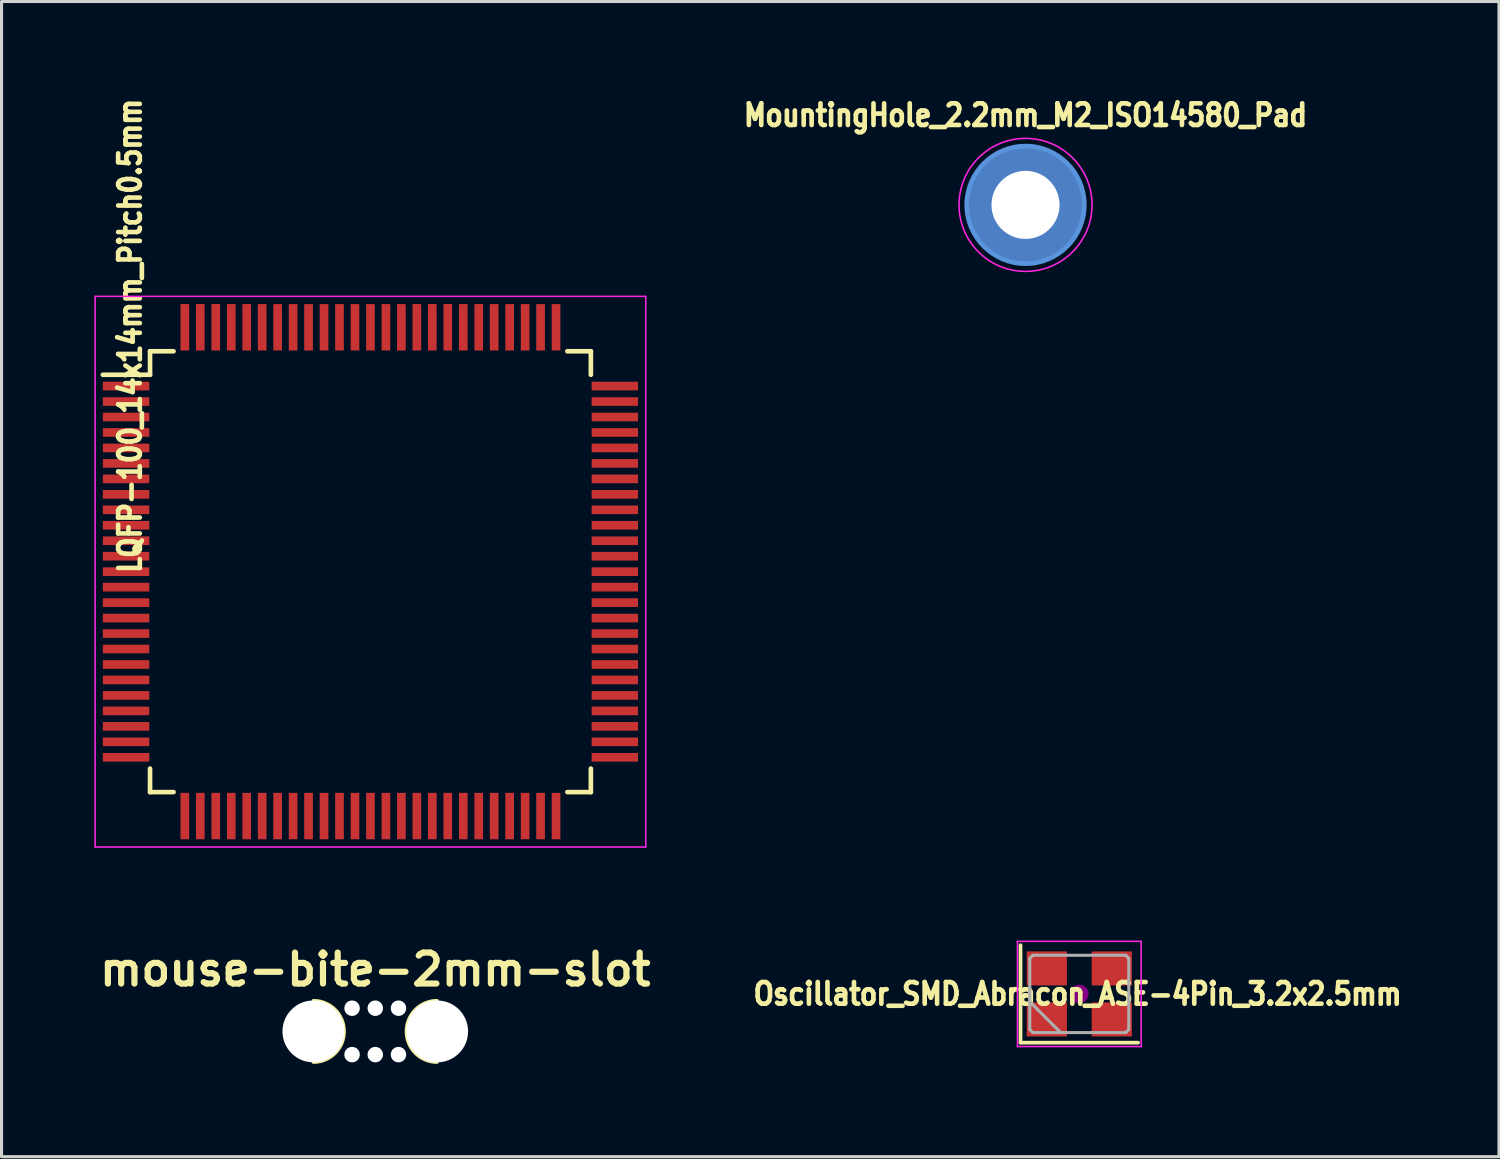
<source format=kicad_pcb>
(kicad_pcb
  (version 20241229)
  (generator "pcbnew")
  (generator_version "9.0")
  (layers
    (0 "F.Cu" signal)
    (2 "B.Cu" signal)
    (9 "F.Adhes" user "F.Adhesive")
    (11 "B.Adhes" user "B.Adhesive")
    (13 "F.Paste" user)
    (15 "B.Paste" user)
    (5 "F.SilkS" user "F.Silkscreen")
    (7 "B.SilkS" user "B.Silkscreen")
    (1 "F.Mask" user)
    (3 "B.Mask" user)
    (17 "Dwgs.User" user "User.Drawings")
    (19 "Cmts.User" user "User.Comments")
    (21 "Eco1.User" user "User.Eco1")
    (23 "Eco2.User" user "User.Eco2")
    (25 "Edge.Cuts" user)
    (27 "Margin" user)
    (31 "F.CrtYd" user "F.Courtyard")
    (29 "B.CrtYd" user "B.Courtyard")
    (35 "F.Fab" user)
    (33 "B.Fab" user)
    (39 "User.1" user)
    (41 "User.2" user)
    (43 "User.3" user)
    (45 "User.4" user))
  (footprint "mouse-bite-2mm-slot"
    (layer "F.Cu")
    (at 9.081 30.291)
    (property "Reference" "mouse-bite-2mm-slot" (at 0 -2 0) (layer "F.SilkS") (effects (font (size 1 1) (thickness 0.2))))
    (attr through_hole)
    (fp_arc (start -2 -1) (mid -1 0) (end -2 1) (stroke (width 0.1) (type solid)) (layer "F.SilkS"))
    (fp_arc (start 2 1) (mid 1 0) (end 2 -1) (stroke (width 0.1) (type solid)) (layer "F.SilkS"))
    (fp_circle (center -2 0) (end -2 -0.06) (stroke (width 0.05) (type solid)) (fill no) (layer "Dwgs.User"))
    (fp_circle (center 2 0) (end 2.06 0) (stroke (width 0.05) (type solid)) (fill no) (layer "Dwgs.User"))
    (pad "" np_thru_hole circle (at -2 0) (size 2 2) (drill 2) (layers "*.Cu" "*.Mask"))
    (pad "" np_thru_hole circle (at -0.75 -0.75) (size 0.5 0.5) (drill 0.5) (layers "*.Cu" "*.Mask"))
    (pad "" np_thru_hole circle (at -0.75 0.75) (size 0.5 0.5) (drill 0.5) (layers "*.Cu" "*.Mask"))
    (pad "" np_thru_hole circle (at 0 -0.75) (size 0.5 0.5) (drill 0.5) (layers "*.Cu" "*.Mask"))
    (pad "" np_thru_hole circle (at 0 0.75) (size 0.5 0.5) (drill 0.5) (layers "*.Cu" "*.Mask"))
    (pad "" np_thru_hole circle (at 0.75 -0.75) (size 0.5 0.5) (drill 0.5) (layers "*.Cu" "*.Mask"))
    (pad "" np_thru_hole circle (at 0.75 0.75) (size 0.5 0.5) (drill 0.5) (layers "*.Cu" "*.Mask"))
    (pad "" np_thru_hole circle (at 2 0) (size 2 2) (drill 2) (layers "*.Cu" "*.Mask")))
  (footprint "MountingHole_2.2mm_M2_ISO14580_Pad"
    (layer "F.Cu")
    (at 30.101 3.573)
    (property "Reference" "MountingHole_2.2mm_M2_ISO14580_Pad" (at 0 -2.9 0) (layer "F.SilkS") (effects (font (size 0.7 0.6) (thickness 0.15))))
    (attr exclude_from_pos_files exclude_from_bom)
    (fp_circle (center 0 0) (end 1.9 0) (stroke (width 0.15) (type solid)) (fill no) (layer "Cmts.User"))
    (fp_circle (center 0 0) (end 2.15 0) (stroke (width 0.05) (type solid)) (fill no) (layer "F.CrtYd"))
    (pad "1" thru_hole circle (at 0 0) (size 3.8 3.8) (drill 2.2) (layers "*.Cu" "*.Mask")))
  (footprint "Oscillator_SMD_Abracon_ASE-4Pin_3.2x2.5mm"
    (layer "F.Cu")
    (at 31.839 29.08)
    (property "Reference" "Oscillator_SMD_Abracon_ASE-4Pin_3.2x2.5mm" (at -0.055 -0.001 0) (layer "F.SilkS") (effects (font (size 0.7 0.6) (thickness 0.15))))
    (attr smd)
    (fp_line (start -1.9 -1.575) (end -1.9 1.575) (stroke (width 0.12) (type solid)) (layer "F.SilkS"))
    (fp_line (start -1.9 1.575) (end 1.9 1.575) (stroke (width 0.12) (type solid)) (layer "F.SilkS"))
    (fp_circle (center 0 0) (end 0.058 0) (stroke (width 0.117) (type solid)) (fill no) (layer "F.Adhes"))
    (fp_circle (center 0 0) (end 0.133 0) (stroke (width 0.083) (type solid)) (fill no) (layer "F.Adhes"))
    (fp_circle (center 0 0) (end 0.208 0) (stroke (width 0.083) (type solid)) (fill no) (layer "F.Adhes"))
    (fp_circle (center 0 0) (end 0.25 0) (stroke (width 0.1) (type solid)) (fill no) (layer "F.Adhes"))
    (fp_line (start -2 -1.7) (end -2 1.7) (stroke (width 0.05) (type solid)) (layer "F.CrtYd"))
    (fp_line (start -2 1.7) (end 2 1.7) (stroke (width 0.05) (type solid)) (layer "F.CrtYd"))
    (fp_line (start 2 -1.7) (end -2 -1.7) (stroke (width 0.05) (type solid)) (layer "F.CrtYd"))
    (fp_line (start 2 1.7) (end 2 -1.7) (stroke (width 0.05) (type solid)) (layer "F.CrtYd"))
    (fp_line (start -1.6 -1.15) (end -1.5 -1.25) (stroke (width 0.1) (type solid)) (layer "F.Fab"))
    (fp_line (start -1.6 0.25) (end -0.6 1.25) (stroke (width 0.1) (type solid)) (layer "F.Fab"))
    (fp_line (start -1.6 1.15) (end -1.6 -1.15) (stroke (width 0.1) (type solid)) (layer "F.Fab"))
    (fp_line (start -1.5 -1.25) (end 1.5 -1.25) (stroke (width 0.1) (type solid)) (layer "F.Fab"))
    (fp_line (start -1.5 1.25) (end -1.6 1.15) (stroke (width 0.1) (type solid)) (layer "F.Fab"))
    (fp_line (start 1.5 -1.25) (end 1.6 -1.15) (stroke (width 0.1) (type solid)) (layer "F.Fab"))
    (fp_line (start 1.5 1.25) (end -1.5 1.25) (stroke (width 0.1) (type solid)) (layer "F.Fab"))
    (fp_line (start 1.6 -1.15) (end 1.6 1.15) (stroke (width 0.1) (type solid)) (layer "F.Fab"))
    (fp_line (start 1.6 1.15) (end 1.5 1.25) (stroke (width 0.1) (type solid)) (layer "F.Fab"))
    (pad "1" smd rect (at -1.05 0.825) (size 1.3 1.1) (layers "F.Cu" "F.Mask" "F.Paste"))
    (pad "2" smd rect (at 1.05 0.825) (size 1.3 1.1) (layers "F.Cu" "F.Mask" "F.Paste"))
    (pad "3" smd rect (at 1.05 -0.825) (size 1.3 1.1) (layers "F.Cu" "F.Mask" "F.Paste"))
    (pad "4" smd rect (at -1.05 -0.825) (size 1.3 1.1) (layers "F.Cu" "F.Mask" "F.Paste")))
  (footprint "LQFP-100_14x14mm_Pitch0.5mm"
    (layer "F.Cu")
    (at 8.925 15.43)
    (property "Reference" "LQFP-100_14x14mm_Pitch0.5mm" (at -7.772 -7.622 90) (layer "F.SilkS") (effects (font (size 0.7 0.6) (thickness 0.15))))
    (attr smd)
    (fp_line (start -7.125 -7.125) (end -7.125 -6.365) (stroke (width 0.15) (type solid)) (layer "F.SilkS"))
    (fp_line (start -7.125 -7.125) (end -6.365 -7.125) (stroke (width 0.15) (type solid)) (layer "F.SilkS"))
    (fp_line (start -7.125 -6.365) (end -8.65 -6.365) (stroke (width 0.15) (type solid)) (layer "F.SilkS"))
    (fp_line (start -7.125 7.125) (end -7.125 6.365) (stroke (width 0.15) (type solid)) (layer "F.SilkS"))
    (fp_line (start -7.125 7.125) (end -6.365 7.125) (stroke (width 0.15) (type solid)) (layer "F.SilkS"))
    (fp_line (start 7.125 -7.125) (end 6.365 -7.125) (stroke (width 0.15) (type solid)) (layer "F.SilkS"))
    (fp_line (start 7.125 -7.125) (end 7.125 -6.365) (stroke (width 0.15) (type solid)) (layer "F.SilkS"))
    (fp_line (start 7.125 7.125) (end 6.365 7.125) (stroke (width 0.15) (type solid)) (layer "F.SilkS"))
    (fp_line (start 7.125 7.125) (end 7.125 6.365) (stroke (width 0.15) (type solid)) (layer "F.SilkS"))
    (fp_line (start -8.9 -8.9) (end -8.9 8.9) (stroke (width 0.05) (type solid)) (layer "F.CrtYd"))
    (fp_line (start -8.9 -8.9) (end 8.9 -8.9) (stroke (width 0.05) (type solid)) (layer "F.CrtYd"))
    (fp_line (start -8.9 8.9) (end 8.9 8.9) (stroke (width 0.05) (type solid)) (layer "F.CrtYd"))
    (fp_line (start 8.9 -8.9) (end 8.9 8.9) (stroke (width 0.05) (type solid)) (layer "F.CrtYd"))
    (pad "1" smd rect (at -7.9 -6) (size 1.5 0.28) (layers "F.Cu" "F.Mask" "F.Paste"))
    (pad "2" smd rect (at -7.9 -5.5) (size 1.5 0.28) (layers "F.Cu" "F.Mask" "F.Paste"))
    (pad "3" smd rect (at -7.9 -5) (size 1.5 0.28) (layers "F.Cu" "F.Mask" "F.Paste"))
    (pad "4" smd rect (at -7.9 -4.5) (size 1.5 0.28) (layers "F.Cu" "F.Mask" "F.Paste"))
    (pad "5" smd rect (at -7.9 -4) (size 1.5 0.28) (layers "F.Cu" "F.Mask" "F.Paste"))
    (pad "6" smd rect (at -7.9 -3.5) (size 1.5 0.28) (layers "F.Cu" "F.Mask" "F.Paste"))
    (pad "7" smd rect (at -7.9 -3) (size 1.5 0.28) (layers "F.Cu" "F.Mask" "F.Paste"))
    (pad "8" smd rect (at -7.9 -2.5) (size 1.5 0.28) (layers "F.Cu" "F.Mask" "F.Paste"))
    (pad "9" smd rect (at -7.9 -2) (size 1.5 0.28) (layers "F.Cu" "F.Mask" "F.Paste"))
    (pad "10" smd rect (at -7.9 -1.5) (size 1.5 0.28) (layers "F.Cu" "F.Mask" "F.Paste"))
    (pad "11" smd rect (at -7.9 -1) (size 1.5 0.28) (layers "F.Cu" "F.Mask" "F.Paste"))
    (pad "12" smd rect (at -7.9 -0.5) (size 1.5 0.28) (layers "F.Cu" "F.Mask" "F.Paste"))
    (pad "13" smd rect (at -7.9 0) (size 1.5 0.28) (layers "F.Cu" "F.Mask" "F.Paste"))
    (pad "14" smd rect (at -7.9 0.5) (size 1.5 0.28) (layers "F.Cu" "F.Mask" "F.Paste"))
    (pad "15" smd rect (at -7.9 1) (size 1.5 0.28) (layers "F.Cu" "F.Mask" "F.Paste"))
    (pad "16" smd rect (at -7.9 1.5) (size 1.5 0.28) (layers "F.Cu" "F.Mask" "F.Paste"))
    (pad "17" smd rect (at -7.9 2) (size 1.5 0.28) (layers "F.Cu" "F.Mask" "F.Paste"))
    (pad "18" smd rect (at -7.9 2.5) (size 1.5 0.28) (layers "F.Cu" "F.Mask" "F.Paste"))
    (pad "19" smd rect (at -7.9 3) (size 1.5 0.28) (layers "F.Cu" "F.Mask" "F.Paste"))
    (pad "20" smd rect (at -7.9 3.5) (size 1.5 0.28) (layers "F.Cu" "F.Mask" "F.Paste"))
    (pad "21" smd rect (at -7.9 4) (size 1.5 0.28) (layers "F.Cu" "F.Mask" "F.Paste"))
    (pad "22" smd rect (at -7.9 4.5) (size 1.5 0.28) (layers "F.Cu" "F.Mask" "F.Paste"))
    (pad "23" smd rect (at -7.9 5) (size 1.5 0.28) (layers "F.Cu" "F.Mask" "F.Paste"))
    (pad "24" smd rect (at -7.9 5.5) (size 1.5 0.28) (layers "F.Cu" "F.Mask" "F.Paste"))
    (pad "25" smd rect (at -7.9 6) (size 1.5 0.28) (layers "F.Cu" "F.Mask" "F.Paste"))
    (pad "26" smd rect (at -6 7.9 90) (size 1.5 0.28) (layers "F.Cu" "F.Mask" "F.Paste"))
    (pad "27" smd rect (at -5.5 7.9 90) (size 1.5 0.28) (layers "F.Cu" "F.Mask" "F.Paste"))
    (pad "28" smd rect (at -5 7.9 90) (size 1.5 0.28) (layers "F.Cu" "F.Mask" "F.Paste"))
    (pad "29" smd rect (at -4.5 7.9 90) (size 1.5 0.28) (layers "F.Cu" "F.Mask" "F.Paste"))
    (pad "30" smd rect (at -4 7.9 90) (size 1.5 0.28) (layers "F.Cu" "F.Mask" "F.Paste"))
    (pad "31" smd rect (at -3.5 7.9 90) (size 1.5 0.28) (layers "F.Cu" "F.Mask" "F.Paste"))
    (pad "32" smd rect (at -3 7.9 90) (size 1.5 0.28) (layers "F.Cu" "F.Mask" "F.Paste"))
    (pad "33" smd rect (at -2.5 7.9 90) (size 1.5 0.28) (layers "F.Cu" "F.Mask" "F.Paste"))
    (pad "34" smd rect (at -2 7.9 90) (size 1.5 0.28) (layers "F.Cu" "F.Mask" "F.Paste"))
    (pad "35" smd rect (at -1.5 7.9 90) (size 1.5 0.28) (layers "F.Cu" "F.Mask" "F.Paste"))
    (pad "36" smd rect (at -1 7.9 90) (size 1.5 0.28) (layers "F.Cu" "F.Mask" "F.Paste"))
    (pad "37" smd rect (at -0.5 7.9 90) (size 1.5 0.28) (layers "F.Cu" "F.Mask" "F.Paste"))
    (pad "38" smd rect (at 0 7.9 90) (size 1.5 0.28) (layers "F.Cu" "F.Mask" "F.Paste"))
    (pad "39" smd rect (at 0.5 7.9 90) (size 1.5 0.28) (layers "F.Cu" "F.Mask" "F.Paste"))
    (pad "40" smd rect (at 1 7.9 90) (size 1.5 0.28) (layers "F.Cu" "F.Mask" "F.Paste"))
    (pad "41" smd rect (at 1.5 7.9 90) (size 1.5 0.28) (layers "F.Cu" "F.Mask" "F.Paste"))
    (pad "42" smd rect (at 2 7.9 90) (size 1.5 0.28) (layers "F.Cu" "F.Mask" "F.Paste"))
    (pad "43" smd rect (at 2.5 7.9 90) (size 1.5 0.28) (layers "F.Cu" "F.Mask" "F.Paste"))
    (pad "44" smd rect (at 3 7.9 90) (size 1.5 0.28) (layers "F.Cu" "F.Mask" "F.Paste"))
    (pad "45" smd rect (at 3.5 7.9 90) (size 1.5 0.28) (layers "F.Cu" "F.Mask" "F.Paste"))
    (pad "46" smd rect (at 4 7.9 90) (size 1.5 0.28) (layers "F.Cu" "F.Mask" "F.Paste"))
    (pad "47" smd rect (at 4.5 7.9 90) (size 1.5 0.28) (layers "F.Cu" "F.Mask" "F.Paste"))
    (pad "48" smd rect (at 5 7.9 90) (size 1.5 0.28) (layers "F.Cu" "F.Mask" "F.Paste"))
    (pad "49" smd rect (at 5.5 7.9 90) (size 1.5 0.28) (layers "F.Cu" "F.Mask" "F.Paste"))
    (pad "50" smd rect (at 6 7.9 90) (size 1.5 0.28) (layers "F.Cu" "F.Mask" "F.Paste"))
    (pad "51" smd rect (at 7.9 6) (size 1.5 0.28) (layers "F.Cu" "F.Mask" "F.Paste"))
    (pad "52" smd rect (at 7.9 5.5) (size 1.5 0.28) (layers "F.Cu" "F.Mask" "F.Paste"))
    (pad "53" smd rect (at 7.9 5) (size 1.5 0.28) (layers "F.Cu" "F.Mask" "F.Paste"))
    (pad "54" smd rect (at 7.9 4.5) (size 1.5 0.28) (layers "F.Cu" "F.Mask" "F.Paste"))
    (pad "55" smd rect (at 7.9 4) (size 1.5 0.28) (layers "F.Cu" "F.Mask" "F.Paste"))
    (pad "56" smd rect (at 7.9 3.5) (size 1.5 0.28) (layers "F.Cu" "F.Mask" "F.Paste"))
    (pad "57" smd rect (at 7.9 3) (size 1.5 0.28) (layers "F.Cu" "F.Mask" "F.Paste"))
    (pad "58" smd rect (at 7.9 2.5) (size 1.5 0.28) (layers "F.Cu" "F.Mask" "F.Paste"))
    (pad "59" smd rect (at 7.9 2) (size 1.5 0.28) (layers "F.Cu" "F.Mask" "F.Paste"))
    (pad "60" smd rect (at 7.9 1.5) (size 1.5 0.28) (layers "F.Cu" "F.Mask" "F.Paste"))
    (pad "61" smd rect (at 7.9 1) (size 1.5 0.28) (layers "F.Cu" "F.Mask" "F.Paste"))
    (pad "62" smd rect (at 7.9 0.5) (size 1.5 0.28) (layers "F.Cu" "F.Mask" "F.Paste"))
    (pad "63" smd rect (at 7.9 0) (size 1.5 0.28) (layers "F.Cu" "F.Mask" "F.Paste"))
    (pad "64" smd rect (at 7.9 -0.5) (size 1.5 0.28) (layers "F.Cu" "F.Mask" "F.Paste"))
    (pad "65" smd rect (at 7.9 -1) (size 1.5 0.28) (layers "F.Cu" "F.Mask" "F.Paste"))
    (pad "66" smd rect (at 7.9 -1.5) (size 1.5 0.28) (layers "F.Cu" "F.Mask" "F.Paste"))
    (pad "67" smd rect (at 7.9 -2) (size 1.5 0.28) (layers "F.Cu" "F.Mask" "F.Paste"))
    (pad "68" smd rect (at 7.9 -2.5) (size 1.5 0.28) (layers "F.Cu" "F.Mask" "F.Paste"))
    (pad "69" smd rect (at 7.9 -3) (size 1.5 0.28) (layers "F.Cu" "F.Mask" "F.Paste"))
    (pad "70" smd rect (at 7.9 -3.5) (size 1.5 0.28) (layers "F.Cu" "F.Mask" "F.Paste"))
    (pad "71" smd rect (at 7.9 -4) (size 1.5 0.28) (layers "F.Cu" "F.Mask" "F.Paste"))
    (pad "72" smd rect (at 7.9 -4.5) (size 1.5 0.28) (layers "F.Cu" "F.Mask" "F.Paste"))
    (pad "73" smd rect (at 7.9 -5) (size 1.5 0.28) (layers "F.Cu" "F.Mask" "F.Paste"))
    (pad "74" smd rect (at 7.9 -5.5) (size 1.5 0.28) (layers "F.Cu" "F.Mask" "F.Paste"))
    (pad "75" smd rect (at 7.9 -6) (size 1.5 0.28) (layers "F.Cu" "F.Mask" "F.Paste"))
    (pad "76" smd rect (at 6 -7.9 90) (size 1.5 0.28) (layers "F.Cu" "F.Mask" "F.Paste"))
    (pad "77" smd rect (at 5.5 -7.9 90) (size 1.5 0.28) (layers "F.Cu" "F.Mask" "F.Paste"))
    (pad "78" smd rect (at 5 -7.9 90) (size 1.5 0.28) (layers "F.Cu" "F.Mask" "F.Paste"))
    (pad "79" smd rect (at 4.5 -7.9 90) (size 1.5 0.28) (layers "F.Cu" "F.Mask" "F.Paste"))
    (pad "80" smd rect (at 4 -7.9 90) (size 1.5 0.28) (layers "F.Cu" "F.Mask" "F.Paste"))
    (pad "81" smd rect (at 3.5 -7.9 90) (size 1.5 0.28) (layers "F.Cu" "F.Mask" "F.Paste"))
    (pad "82" smd rect (at 3 -7.9 90) (size 1.5 0.28) (layers "F.Cu" "F.Mask" "F.Paste"))
    (pad "83" smd rect (at 2.5 -7.9 90) (size 1.5 0.28) (layers "F.Cu" "F.Mask" "F.Paste"))
    (pad "84" smd rect (at 2 -7.9 90) (size 1.5 0.28) (layers "F.Cu" "F.Mask" "F.Paste"))
    (pad "85" smd rect (at 1.5 -7.9 90) (size 1.5 0.28) (layers "F.Cu" "F.Mask" "F.Paste"))
    (pad "86" smd rect (at 1 -7.9 90) (size 1.5 0.28) (layers "F.Cu" "F.Mask" "F.Paste"))
    (pad "87" smd rect (at 0.5 -7.9 90) (size 1.5 0.28) (layers "F.Cu" "F.Mask" "F.Paste"))
    (pad "88" smd rect (at 0 -7.9 90) (size 1.5 0.28) (layers "F.Cu" "F.Mask" "F.Paste"))
    (pad "89" smd rect (at -0.5 -7.9 90) (size 1.5 0.28) (layers "F.Cu" "F.Mask" "F.Paste"))
    (pad "90" smd rect (at -1 -7.9 90) (size 1.5 0.28) (layers "F.Cu" "F.Mask" "F.Paste"))
    (pad "91" smd rect (at -1.5 -7.9 90) (size 1.5 0.28) (layers "F.Cu" "F.Mask" "F.Paste"))
    (pad "92" smd rect (at -2 -7.9 90) (size 1.5 0.28) (layers "F.Cu" "F.Mask" "F.Paste"))
    (pad "93" smd rect (at -2.5 -7.9 90) (size 1.5 0.28) (layers "F.Cu" "F.Mask" "F.Paste"))
    (pad "94" smd rect (at -3 -7.9 90) (size 1.5 0.28) (layers "F.Cu" "F.Mask" "F.Paste"))
    (pad "95" smd rect (at -3.5 -7.9 90) (size 1.5 0.28) (layers "F.Cu" "F.Mask" "F.Paste"))
    (pad "96" smd rect (at -4 -7.9 90) (size 1.5 0.28) (layers "F.Cu" "F.Mask" "F.Paste"))
    (pad "97" smd rect (at -4.5 -7.9 90) (size 1.5 0.28) (layers "F.Cu" "F.Mask" "F.Paste"))
    (pad "98" smd rect (at -5 -7.9 90) (size 1.5 0.28) (layers "F.Cu" "F.Mask" "F.Paste"))
    (pad "99" smd rect (at -5.5 -7.9 90) (size 1.5 0.28) (layers "F.Cu" "F.Mask" "F.Paste"))
    (pad "100" smd rect (at -6 -7.9 90) (size 1.5 0.28) (layers "F.Cu" "F.Mask" "F.Paste")))
  (gr_rect
    (start -3 -3)
    (end 45.406 34.341)
    (stroke (width 0.1) (type default))
    (fill no)
    (layer "Edge.Cuts")))
</source>
